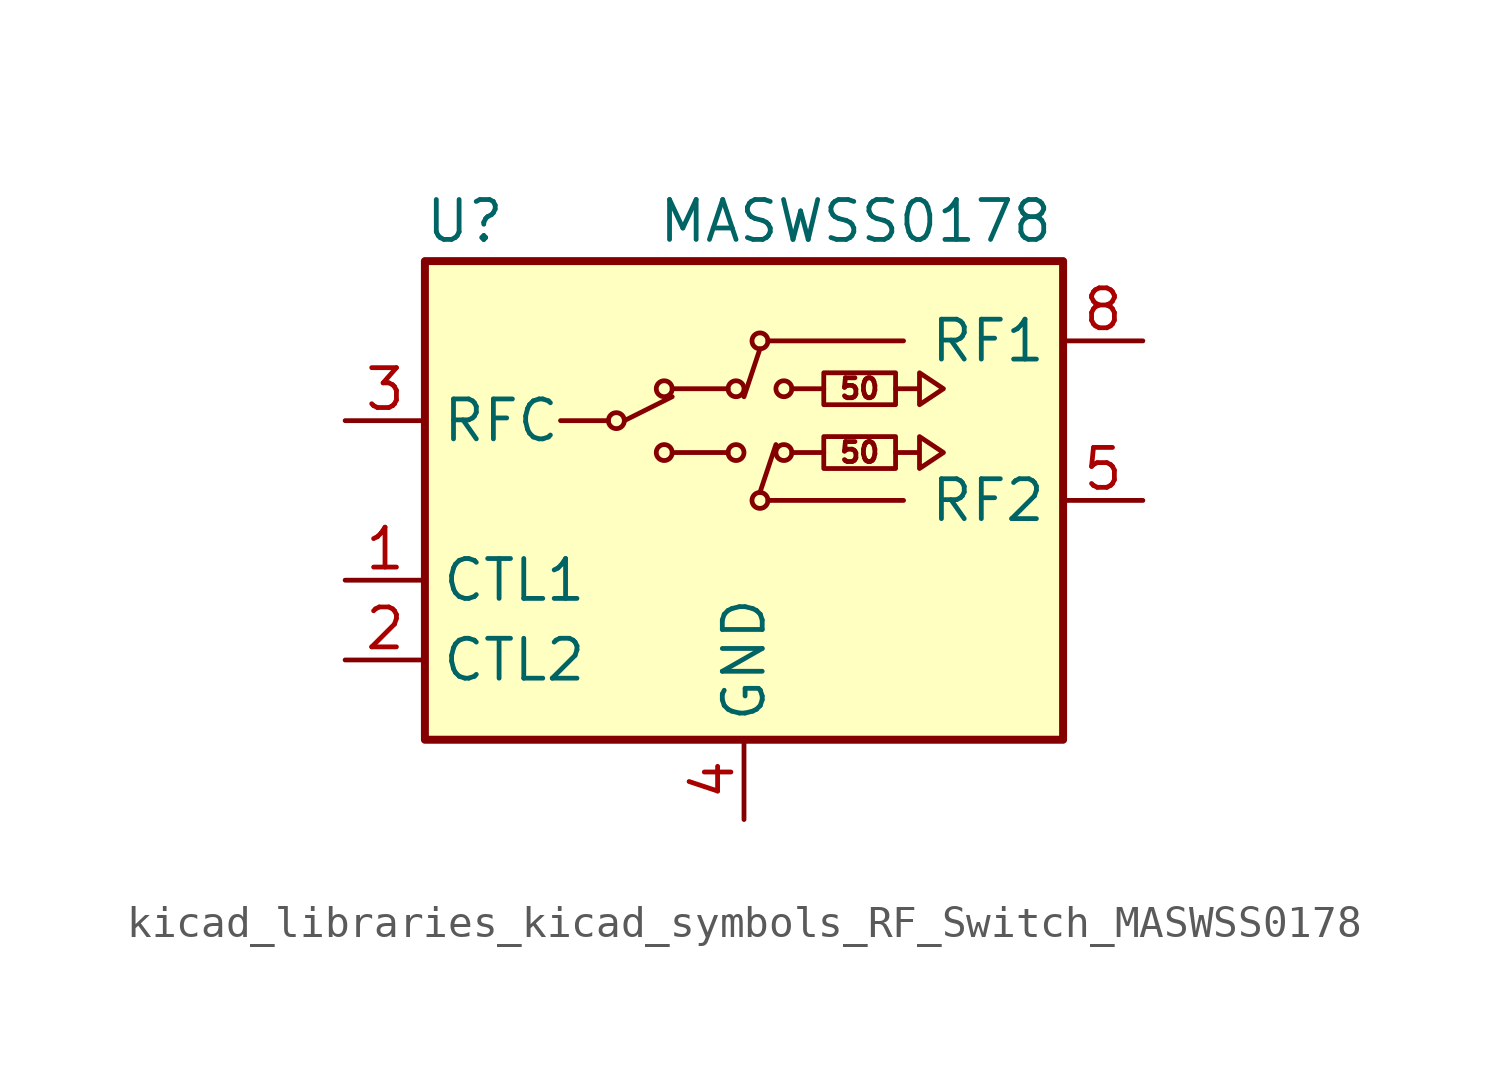
<source format=kicad_sym>
(kicad_symbol_lib
  (version 20220914)
  (generator kicad_symbol_editor)
  (symbol "kicad_libraries_kicad_symbols_RF_Switch_MASWSS0178"
    (property "Reference" "U"
      (at -8.89 8.89 0)
      (effects (font (size 1.27 1.27))))
    (property "Value" "MASWSS0178"
      (at 3.556 8.89 0)
      (effects (font (size 1.27 1.27))))
    (symbol "kicad_libraries_kicad_symbols_RF_Switch_MASWSS0178_0_1"
      (polyline (pts (xy -4.318 2.54) (xy -5.842 2.54)) (stroke (width 0) (type default)) (fill (type none)))
      (polyline (pts (xy -2.286 1.524) (xy -0.508 1.524)) (stroke (width 0) (type default)) (fill (type none)))
      (polyline (pts (xy -0.508 3.556) (xy -2.286 3.556)) (stroke (width 0) (type default)) (fill (type none))))
    (symbol "kicad_libraries_kicad_symbols_RF_Switch_MASWSS0178_1_1"
      (rectangle (start -10.16 7.62) (end 10.16 -7.62) (stroke (width 0.254) (type default)) (fill (type background)))
      (circle (center -4.064 2.54) (radius 0.254) (stroke (width 0) (type default)) (fill (type none)))
      (circle (center -2.54 1.524) (radius 0.254) (stroke (width 0) (type default)) (fill (type none)))
      (circle (center -2.54 3.556) (radius 0.254) (stroke (width 0) (type default)) (fill (type none)))
      (circle (center -0.254 1.524) (radius 0.254) (stroke (width 0) (type default)) (fill (type none)))
      (circle (center -0.254 3.556) (radius 0.254) (stroke (width 0) (type default)) (fill (type none)))
      (polyline (pts (xy -3.81 2.54) (xy -2.286 3.302)) (stroke (width 0) (type default)) (fill (type none)))
      (polyline (pts (xy 0.508 0.254) (xy 1.016 1.778)) (stroke (width 0) (type default)) (fill (type none)))
      (polyline (pts (xy 0.508 4.826) (xy 0 3.302)) (stroke (width 0) (type default)) (fill (type none)))
      (polyline (pts (xy 0.762 0) (xy 5.08 0)) (stroke (width 0) (type default)) (fill (type none)))
      (polyline (pts (xy 0.762 5.08) (xy 5.08 5.08)) (stroke (width 0) (type default)) (fill (type none)))
      (polyline (pts (xy 1.524 1.524) (xy 2.54 1.524)) (stroke (width 0) (type default)) (fill (type none)))
      (polyline (pts (xy 1.524 3.556) (xy 2.54 3.556)) (stroke (width 0) (type default)) (fill (type none)))
      (polyline (pts (xy 4.826 1.524) (xy 5.588 1.524) (xy 5.588 1.016) (xy 6.35 1.524) (xy 5.588 2.032) (xy 5.588 1.524)) (stroke (width 0) (type default)) (fill (type none)))
      (polyline (pts (xy 4.826 3.556) (xy 5.588 3.556) (xy 5.588 3.048) (xy 6.35 3.556) (xy 5.588 4.064) (xy 5.588 3.556)) (stroke (width 0) (type default)) (fill (type none)))
      (circle (center 0.508 0) (radius 0.254) (stroke (width 0) (type default)) (fill (type none)))
      (circle (center 0.508 5.08) (radius 0.254) (stroke (width 0) (type default)) (fill (type none)))
      (circle (center 1.27 1.524) (radius 0.254) (stroke (width 0) (type default)) (fill (type none)))
      (circle (center 1.27 3.556) (radius 0.254) (stroke (width 0) (type default)) (fill (type none)))
      (rectangle (start 2.54 1.016) (end 4.826 2.032) (stroke (width 0) (type default)) (fill (type none)))
      (rectangle (start 2.54 3.048) (end 4.826 4.064) (stroke (width 0) (type default)) (fill (type none)))
      (text "50" (at 3.683 1.524 0) (effects (font (size 0.635 0.635))))
      (text "50" (at 3.683 3.556 0) (effects (font (size 0.635 0.635))))
      (pin input line (at -12.7 -2.54 0) (length 2.54) (name "CTL1" (effects (font (size 1.27 1.27)))) (number "1" (effects (font (size 1.27 1.27)))))
      (pin input line (at -12.7 -5.08 0) (length 2.54) (name "CTL2" (effects (font (size 1.27 1.27)))) (number "2" (effects (font (size 1.27 1.27)))))
      (pin passive line (at -12.7 2.54 0) (length 2.54) (name "RFC" (effects (font (size 1.27 1.27)))) (number "3" (effects (font (size 1.27 1.27)))))
      (pin power_in line (at 0 -10.16 90) (length 2.54) (name "GND" (effects (font (size 1.27 1.27)))) (number "4" (effects (font (size 1.27 1.27)))))
      (pin passive line (at 12.7 0 180) (length 2.54) (name "RF2" (effects (font (size 1.27 1.27)))) (number "5" (effects (font (size 1.27 1.27)))))
      (pin passive line (at 0 -10.16 90) (length 2.54) hide (name "GND" (effects (font (size 1.27 1.27)))) (number "6" (effects (font (size 1.27 1.27)))))
      (pin passive line (at 0 -10.16 90) (length 2.54) hide (name "GND" (effects (font (size 1.27 1.27)))) (number "7" (effects (font (size 1.27 1.27)))))
      (pin passive line (at 12.7 5.08 180) (length 2.54) (name "RF1" (effects (font (size 1.27 1.27)))) (number "8" (effects (font (size 1.27 1.27)))))
      (pin passive line (at 0 -10.16 90) (length 2.54) hide (name "GND" (effects (font (size 1.27 1.27)))) (number "9" (effects (font (size 1.27 1.27))))))))
</source>
